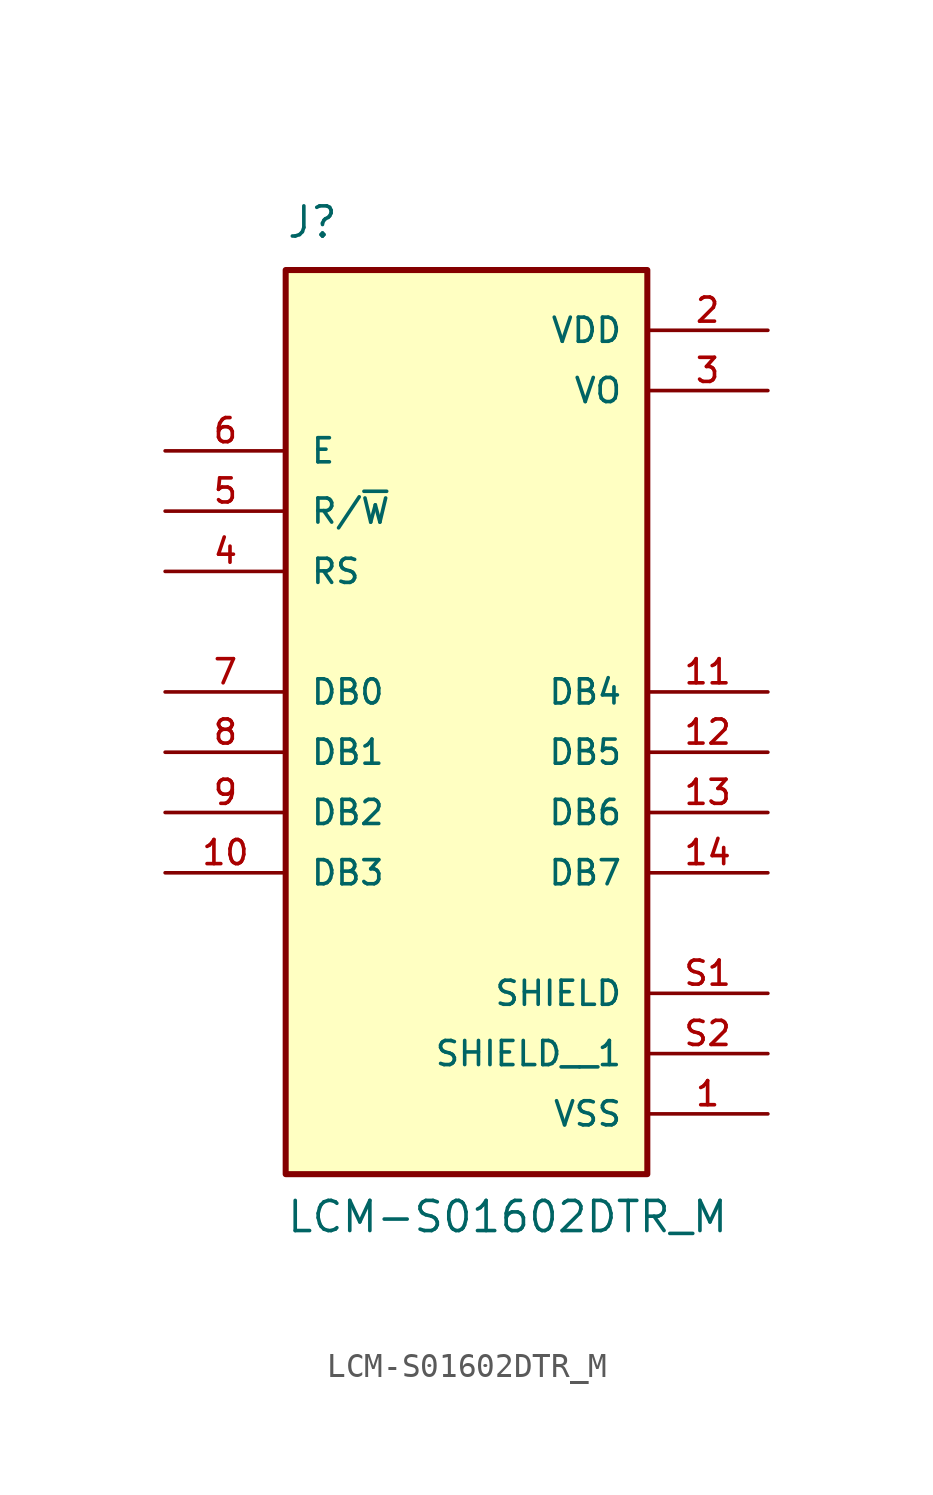
<source format=kicad_sym>
(kicad_symbol_lib
  (version 20211014)
  (generator kicad_symbol_editor)
  (symbol "LCM-S01602DTR_M"
    (pin_names
      (offset 1.016))
    (property "Reference" "J"
      (at -7.62 19.05 0)
      (effects (font (size 1.27 1.27)) (justify bottom left)))
    (property "Value" "LCM-S01602DTR_M"
      (at -7.62 -22.86 0)
      (effects (font (size 1.27 1.27)) (justify bottom left)))
    (symbol "LCM-S01602DTR_M_0_0"
      (rectangle (start -7.62 -20.32) (end 7.62 17.78) (stroke (width 0.254)) (fill (type background)))
      (pin power_in line (at 12.7 15.24 180.0) (length 5.08) (name "VDD" (effects (font (size 1.016 1.016)))) (number "2" (effects (font (size 1.016 1.016)))))
      (pin power_in line (at 12.7 -17.78 180.0) (length 5.08) (name "VSS" (effects (font (size 1.016 1.016)))) (number "1" (effects (font (size 1.016 1.016)))))
      (pin passive line (at 12.7 12.7 180.0) (length 5.08) (name "VO" (effects (font (size 1.016 1.016)))) (number "3" (effects (font (size 1.016 1.016)))))
      (pin input line (at -12.7 10.16 0) (length 5.08) (name "E" (effects (font (size 1.016 1.016)))) (number "6" (effects (font (size 1.016 1.016)))))
      (pin input line (at -12.7 7.62 0) (length 5.08) (name "R/~{W}" (effects (font (size 1.016 1.016)))) (number "5" (effects (font (size 1.016 1.016)))))
      (pin bidirectional line (at -12.7 0.0 0) (length 5.08) (name "DB0" (effects (font (size 1.016 1.016)))) (number "7" (effects (font (size 1.016 1.016)))))
      (pin bidirectional line (at -12.7 -2.54 0) (length 5.08) (name "DB1" (effects (font (size 1.016 1.016)))) (number "8" (effects (font (size 1.016 1.016)))))
      (pin bidirectional line (at -12.7 -5.08 0) (length 5.08) (name "DB2" (effects (font (size 1.016 1.016)))) (number "9" (effects (font (size 1.016 1.016)))))
      (pin bidirectional line (at -12.7 -7.62 0) (length 5.08) (name "DB3" (effects (font (size 1.016 1.016)))) (number "10" (effects (font (size 1.016 1.016)))))
      (pin bidirectional line (at 12.7 0.0 180.0) (length 5.08) (name "DB4" (effects (font (size 1.016 1.016)))) (number "11" (effects (font (size 1.016 1.016)))))
      (pin bidirectional line (at 12.7 -2.54 180.0) (length 5.08) (name "DB5" (effects (font (size 1.016 1.016)))) (number "12" (effects (font (size 1.016 1.016)))))
      (pin bidirectional line (at 12.7 -5.08 180.0) (length 5.08) (name "DB6" (effects (font (size 1.016 1.016)))) (number "13" (effects (font (size 1.016 1.016)))))
      (pin bidirectional line (at 12.7 -7.62 180.0) (length 5.08) (name "DB7" (effects (font (size 1.016 1.016)))) (number "14" (effects (font (size 1.016 1.016)))))
      (pin input line (at -12.7 5.08 0) (length 5.08) (name "RS" (effects (font (size 1.016 1.016)))) (number "4" (effects (font (size 1.016 1.016)))))
      (pin passive line (at 12.7 -12.7 180.0) (length 5.08) (name "SHIELD" (effects (font (size 1.016 1.016)))) (number "S1" (effects (font (size 1.016 1.016)))))
      (pin passive line (at 12.7 -15.24 180.0) (length 5.08) (name "SHIELD__1" (effects (font (size 1.016 1.016)))) (number "S2" (effects (font (size 1.016 1.016))))))))
</source>
